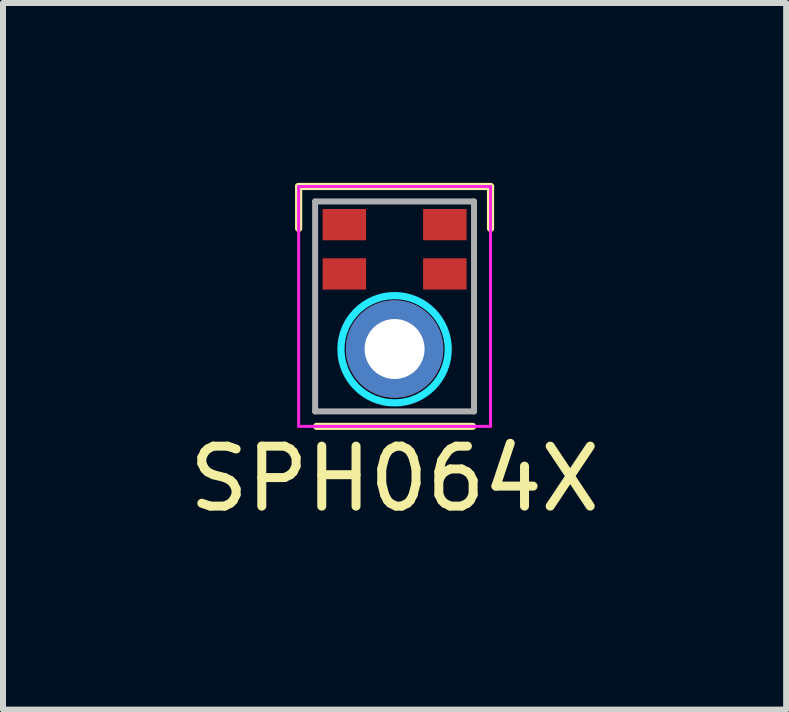
<source format=kicad_pcb>
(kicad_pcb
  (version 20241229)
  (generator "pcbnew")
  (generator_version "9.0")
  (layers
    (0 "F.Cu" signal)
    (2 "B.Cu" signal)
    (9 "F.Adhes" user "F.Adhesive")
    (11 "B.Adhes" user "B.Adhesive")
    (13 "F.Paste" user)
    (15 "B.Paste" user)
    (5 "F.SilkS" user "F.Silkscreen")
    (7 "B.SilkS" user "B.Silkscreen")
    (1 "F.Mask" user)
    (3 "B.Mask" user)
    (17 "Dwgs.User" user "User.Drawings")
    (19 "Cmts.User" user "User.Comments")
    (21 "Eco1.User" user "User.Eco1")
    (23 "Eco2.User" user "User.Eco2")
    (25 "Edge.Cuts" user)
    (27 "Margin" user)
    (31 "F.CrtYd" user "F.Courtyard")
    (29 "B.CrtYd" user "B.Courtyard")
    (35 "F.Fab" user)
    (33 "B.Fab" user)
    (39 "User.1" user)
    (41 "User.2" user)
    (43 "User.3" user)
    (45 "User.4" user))
  (footprint "SPH064X"
    (layer "F.Cu")
    (at 3.53 2.06)
    (property "Reference" "SPH064X" (at 0 2.875 0) (layer "F.SilkS") (effects (font (size 1 1) (thickness 0.15))))
    (attr through_hole)
    (fp_line (start -1.6 -2) (end 1.6 -2) (stroke (width 0.12) (type solid)) (layer "F.SilkS"))
    (fp_line (start -1.6 -1.3) (end -1.6 -2) (stroke (width 0.12) (type solid)) (layer "F.SilkS"))
    (fp_line (start -1.3 2) (end 1.3 2) (stroke (width 0.12) (type solid)) (layer "F.SilkS"))
    (fp_line (start 1.6 -2) (end 1.6 -1.3) (stroke (width 0.12) (type solid)) (layer "F.SilkS"))
    (fp_circle (center 0 0.714) (end 0.8 0.314) (stroke (width 0.12) (type solid)) (fill no) (layer "B.CrtYd"))
    (fp_line (start -1.6 -2) (end -1.6 2) (stroke (width 0.05) (type solid)) (layer "F.CrtYd"))
    (fp_line (start -1.6 2) (end 1.6 2) (stroke (width 0.05) (type solid)) (layer "F.CrtYd"))
    (fp_line (start 1.6 -2) (end -1.6 -2) (stroke (width 0.05) (type solid)) (layer "F.CrtYd"))
    (fp_line (start 1.6 2) (end 1.6 -2) (stroke (width 0.05) (type solid)) (layer "F.CrtYd"))
    (fp_line (start -1.325 -1.75) (end -1.325 1.75) (stroke (width 0.1) (type solid)) (layer "F.Fab"))
    (fp_line (start -1.325 1.75) (end 1.325 1.75) (stroke (width 0.1) (type solid)) (layer "F.Fab"))
    (fp_line (start 1.325 -1.75) (end -1.325 -1.75) (stroke (width 0.1) (type solid)) (layer "F.Fab"))
    (fp_line (start 1.325 1.75) (end 1.325 -1.75) (stroke (width 0.1) (type solid)) (layer "F.Fab"))
    (pad "" smd custom (at 0 0.71) (size 1.625 1.625) (layers "F.Paste") (options (anchor circle)) (primitives (gr_arc (start 0 -0.6625) (mid 0.33125 -0.573742) (end 0.573742 -0.33125) (width 0.2)) (gr_arc (start 0.6625 0) (mid 0.573742 0.33125) (end 0.33125 0.573742) (width 0.2)) (gr_arc (start 0 0.6625) (mid -0.33125 0.573742) (end -0.573742 0.33125) (width 0.2)) (gr_arc (start -0.6625 0) (mid -0.573742 -0.33125) (end -0.33125 -0.573742) (width 0.2))))
    (pad "1" smd rect (at -0.838 -1.364) (size 0.725 0.522) (layers "F.Cu" "F.Mask" "F.Paste"))
    (pad "2" smd rect (at -0.838 -0.542) (size 0.725 0.522) (layers "F.Cu" "F.Mask" "F.Paste"))
    (pad "3" thru_hole circle (at 0 0.71) (size 1.625 1.625) (drill 1) (layers "*.Mask" "F.Cu"))
    (pad "4" smd rect (at 0.838 -0.542) (size 0.725 0.522) (layers "F.Cu" "F.Mask" "F.Paste"))
    (pad "5" smd rect (at 0.838 -1.364) (size 0.725 0.522) (layers "F.Cu" "F.Mask" "F.Paste")))
  (gr_rect
    (start -3 -3)
    (end 10.06 8.783)
    (stroke (width 0.1) (type default))
    (fill no)
    (layer "Edge.Cuts")))
</source>
